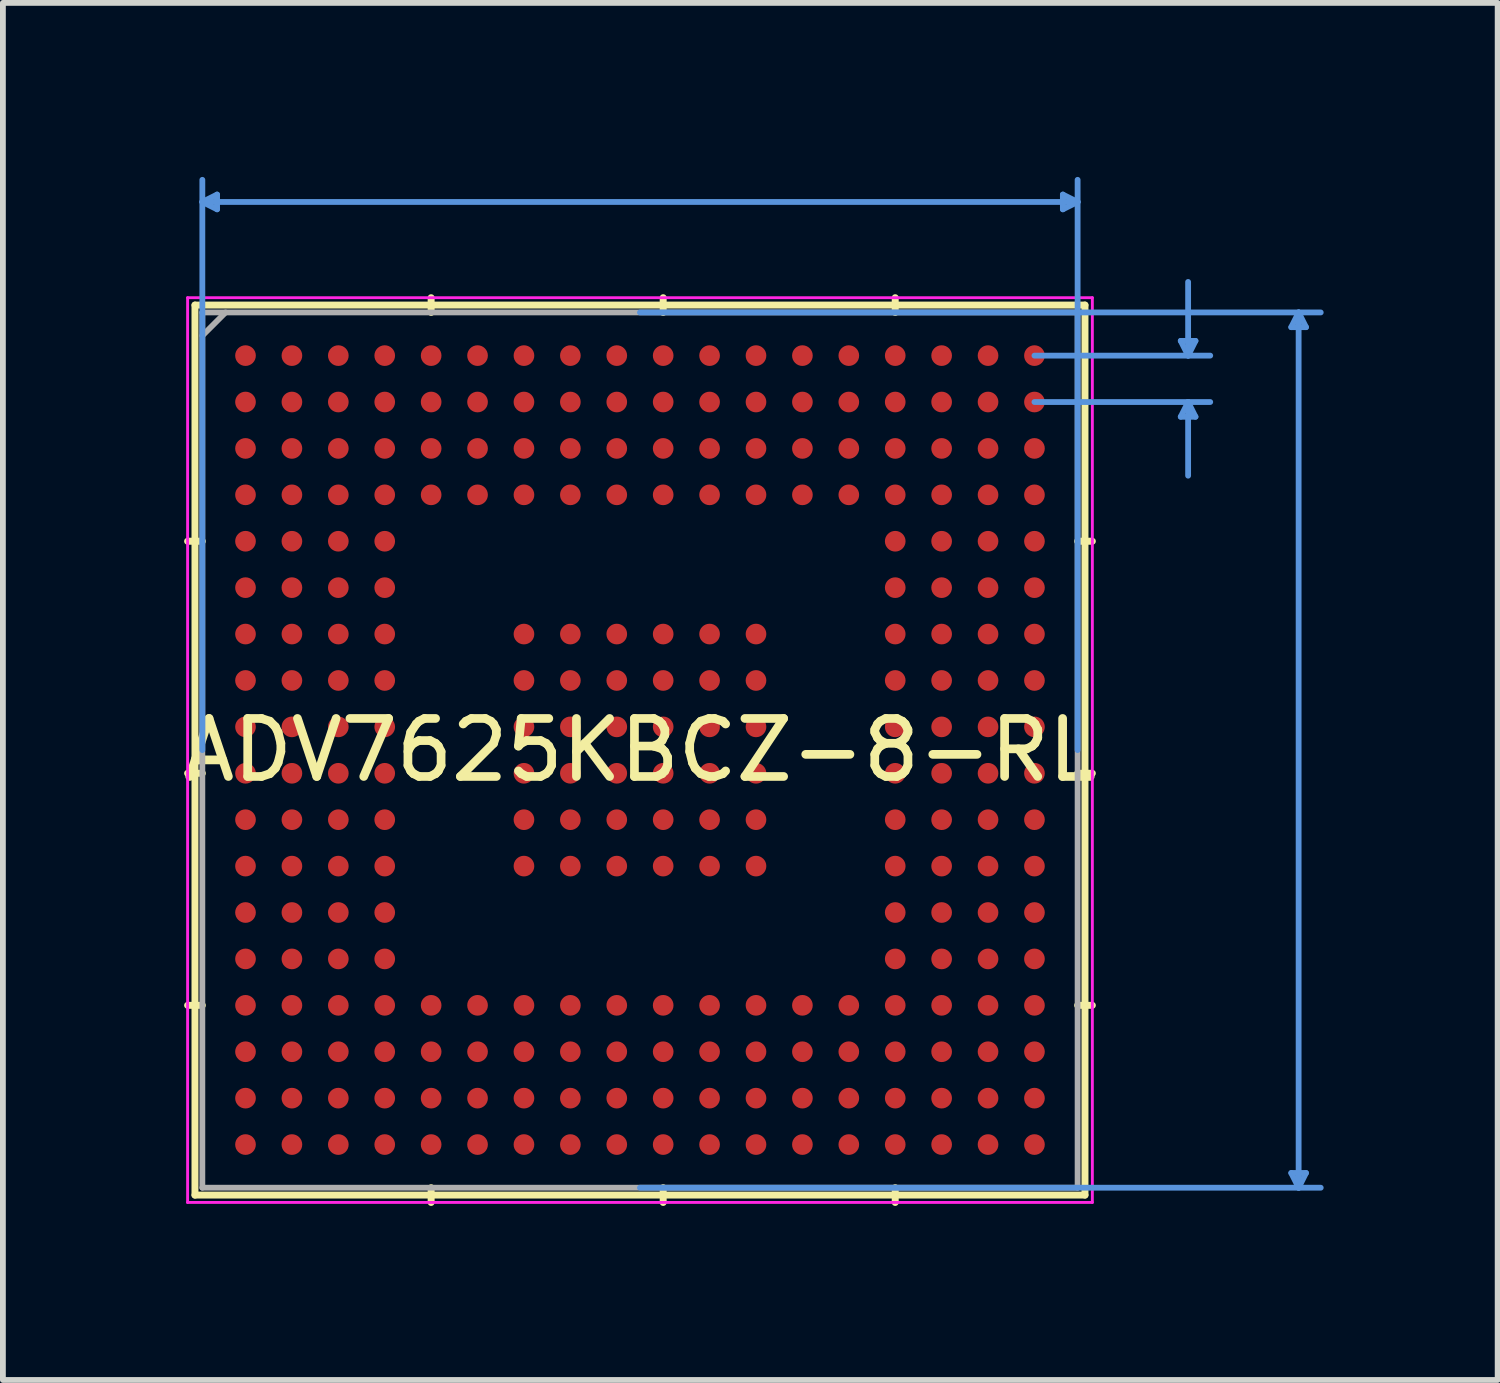
<source format=kicad_pcb>
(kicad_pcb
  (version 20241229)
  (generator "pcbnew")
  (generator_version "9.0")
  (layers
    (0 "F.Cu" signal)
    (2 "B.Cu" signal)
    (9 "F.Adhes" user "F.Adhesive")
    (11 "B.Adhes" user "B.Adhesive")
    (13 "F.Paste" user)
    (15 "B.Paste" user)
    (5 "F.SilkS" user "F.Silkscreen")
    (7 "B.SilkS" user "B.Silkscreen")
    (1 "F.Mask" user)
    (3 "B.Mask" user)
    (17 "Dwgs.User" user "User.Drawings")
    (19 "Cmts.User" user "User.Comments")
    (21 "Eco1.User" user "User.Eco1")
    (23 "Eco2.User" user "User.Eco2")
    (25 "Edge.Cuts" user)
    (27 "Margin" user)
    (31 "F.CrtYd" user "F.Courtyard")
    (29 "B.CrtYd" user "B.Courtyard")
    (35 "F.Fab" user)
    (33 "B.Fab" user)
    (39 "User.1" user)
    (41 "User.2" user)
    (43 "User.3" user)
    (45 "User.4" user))
  (footprint "ADV7625KBCZ-8-RL"
    (layer "F.Cu")
    (at 7.982 9.88)
    (property "Reference" "ADV7625KBCZ-8-RL" (at 0 0 0) (layer "F.SilkS") (effects (font (size 1 1) (thickness 0.15))))
    (attr through_hole)
    (fp_line (start -7.671 -7.671) (end -7.671 7.671) (stroke (width 0.12) (type solid)) (layer "F.SilkS"))
    (fp_line (start -7.671 7.671) (end 7.671 7.671) (stroke (width 0.12) (type solid)) (layer "F.SilkS"))
    (fp_line (start -7.544 -3.6) (end -7.798 -3.6) (stroke (width 0.12) (type solid)) (layer "F.SilkS"))
    (fp_line (start -7.544 0.4) (end -7.798 0.4) (stroke (width 0.12) (type solid)) (layer "F.SilkS"))
    (fp_line (start -7.544 4.4) (end -7.798 4.4) (stroke (width 0.12) (type solid)) (layer "F.SilkS"))
    (fp_line (start -3.6 -7.544) (end -3.6 -7.798) (stroke (width 0.12) (type solid)) (layer "F.SilkS"))
    (fp_line (start -3.6 7.544) (end -3.6 7.798) (stroke (width 0.12) (type solid)) (layer "F.SilkS"))
    (fp_line (start 0.4 -7.544) (end 0.4 -7.798) (stroke (width 0.12) (type solid)) (layer "F.SilkS"))
    (fp_line (start 0.4 7.544) (end 0.4 7.798) (stroke (width 0.12) (type solid)) (layer "F.SilkS"))
    (fp_line (start 4.4 -7.544) (end 4.4 -7.798) (stroke (width 0.12) (type solid)) (layer "F.SilkS"))
    (fp_line (start 4.4 7.544) (end 4.4 7.798) (stroke (width 0.12) (type solid)) (layer "F.SilkS"))
    (fp_line (start 7.544 -3.6) (end 7.798 -3.6) (stroke (width 0.12) (type solid)) (layer "F.SilkS"))
    (fp_line (start 7.544 0.4) (end 7.798 0.4) (stroke (width 0.12) (type solid)) (layer "F.SilkS"))
    (fp_line (start 7.544 4.4) (end 7.798 4.4) (stroke (width 0.12) (type solid)) (layer "F.SilkS"))
    (fp_line (start 7.671 -7.671) (end -7.671 -7.671) (stroke (width 0.12) (type solid)) (layer "F.SilkS"))
    (fp_line (start 7.671 7.671) (end 7.671 -7.671) (stroke (width 0.12) (type solid)) (layer "F.SilkS"))
    (fp_line (start -7.544 -9.449) (end -7.29 -9.576) (stroke (width 0.1) (type solid)) (layer "Cmts.User"))
    (fp_line (start -7.544 -9.449) (end -7.29 -9.322) (stroke (width 0.1) (type solid)) (layer "Cmts.User"))
    (fp_line (start -7.544 -9.449) (end 7.544 -9.449) (stroke (width 0.1) (type solid)) (layer "Cmts.User"))
    (fp_line (start -7.544 0) (end -7.544 -9.83) (stroke (width 0.1) (type solid)) (layer "Cmts.User"))
    (fp_line (start -7.29 -9.576) (end -7.29 -9.322) (stroke (width 0.1) (type solid)) (layer "Cmts.User"))
    (fp_line (start 0 -7.544) (end 11.735 -7.544) (stroke (width 0.1) (type solid)) (layer "Cmts.User"))
    (fp_line (start 0 7.544) (end 11.735 7.544) (stroke (width 0.1) (type solid)) (layer "Cmts.User"))
    (fp_line (start 6.8 -6.8) (end 9.83 -6.8) (stroke (width 0.1) (type solid)) (layer "Cmts.User"))
    (fp_line (start 6.8 -6) (end 9.83 -6) (stroke (width 0.1) (type solid)) (layer "Cmts.User"))
    (fp_line (start 7.29 -9.576) (end 7.29 -9.322) (stroke (width 0.1) (type solid)) (layer "Cmts.User"))
    (fp_line (start 7.544 -9.449) (end 7.29 -9.576) (stroke (width 0.1) (type solid)) (layer "Cmts.User"))
    (fp_line (start 7.544 -9.449) (end 7.29 -9.322) (stroke (width 0.1) (type solid)) (layer "Cmts.User"))
    (fp_line (start 7.544 0) (end 7.544 -9.83) (stroke (width 0.1) (type solid)) (layer "Cmts.User"))
    (fp_line (start 9.322 -7.054) (end 9.576 -7.054) (stroke (width 0.1) (type solid)) (layer "Cmts.User"))
    (fp_line (start 9.322 -5.746) (end 9.576 -5.746) (stroke (width 0.1) (type solid)) (layer "Cmts.User"))
    (fp_line (start 9.449 -6.8) (end 9.322 -7.054) (stroke (width 0.1) (type solid)) (layer "Cmts.User"))
    (fp_line (start 9.449 -6.8) (end 9.449 -8.07) (stroke (width 0.1) (type solid)) (layer "Cmts.User"))
    (fp_line (start 9.449 -6.8) (end 9.576 -7.054) (stroke (width 0.1) (type solid)) (layer "Cmts.User"))
    (fp_line (start 9.449 -6) (end 9.322 -5.746) (stroke (width 0.1) (type solid)) (layer "Cmts.User"))
    (fp_line (start 9.449 -6) (end 9.449 -4.73) (stroke (width 0.1) (type solid)) (layer "Cmts.User"))
    (fp_line (start 9.449 -6) (end 9.576 -5.746) (stroke (width 0.1) (type solid)) (layer "Cmts.User"))
    (fp_line (start 11.227 -7.29) (end 11.481 -7.29) (stroke (width 0.1) (type solid)) (layer "Cmts.User"))
    (fp_line (start 11.227 7.29) (end 11.481 7.29) (stroke (width 0.1) (type solid)) (layer "Cmts.User"))
    (fp_line (start 11.354 -7.544) (end 11.227 -7.29) (stroke (width 0.1) (type solid)) (layer "Cmts.User"))
    (fp_line (start 11.354 -7.544) (end 11.354 7.544) (stroke (width 0.1) (type solid)) (layer "Cmts.User"))
    (fp_line (start 11.354 -7.544) (end 11.481 -7.29) (stroke (width 0.1) (type solid)) (layer "Cmts.User"))
    (fp_line (start 11.354 7.544) (end 11.227 7.29) (stroke (width 0.1) (type solid)) (layer "Cmts.User"))
    (fp_line (start 11.354 7.544) (end 11.481 7.29) (stroke (width 0.1) (type solid)) (layer "Cmts.User"))
    (fp_line (start -7.798 -7.798) (end 7.798 -7.798) (stroke (width 0.05) (type solid)) (layer "F.CrtYd"))
    (fp_line (start -7.798 7.798) (end -7.798 -7.798) (stroke (width 0.05) (type solid)) (layer "F.CrtYd"))
    (fp_line (start 7.798 -7.798) (end 7.798 7.798) (stroke (width 0.05) (type solid)) (layer "F.CrtYd"))
    (fp_line (start 7.798 7.798) (end -7.798 7.798) (stroke (width 0.05) (type solid)) (layer "F.CrtYd"))
    (fp_line (start -7.544 -7.544) (end -7.544 7.544) (stroke (width 0.1) (type solid)) (layer "F.Fab"))
    (fp_line (start -7.544 7.544) (end 7.544 7.544) (stroke (width 0.1) (type solid)) (layer "F.Fab"))
    (fp_line (start -7.144 -7.544) (end -7.544 -7.144) (stroke (width 0.1) (type solid)) (layer "F.Fab"))
    (fp_line (start 7.544 -7.544) (end -7.544 -7.544) (stroke (width 0.1) (type solid)) (layer "F.Fab"))
    (fp_line (start 7.544 7.544) (end 7.544 -7.544) (stroke (width 0.1) (type solid)) (layer "F.Fab"))
    (pad "A1" smd circle (at -6.8 -6.8) (size 0.356 0.356) (layers "F.Cu" "F.Mask" "F.Paste"))
    (pad "A2" smd circle (at -6 -6.8) (size 0.356 0.356) (layers "F.Cu" "F.Mask" "F.Paste"))
    (pad "A3" smd circle (at -5.2 -6.8) (size 0.356 0.356) (layers "F.Cu" "F.Mask" "F.Paste"))
    (pad "A4" smd circle (at -4.4 -6.8) (size 0.356 0.356) (layers "F.Cu" "F.Mask" "F.Paste"))
    (pad "A5" smd circle (at -3.6 -6.8) (size 0.356 0.356) (layers "F.Cu" "F.Mask" "F.Paste"))
    (pad "A6" smd circle (at -2.8 -6.8) (size 0.356 0.356) (layers "F.Cu" "F.Mask" "F.Paste"))
    (pad "A7" smd circle (at -2 -6.8) (size 0.356 0.356) (layers "F.Cu" "F.Mask" "F.Paste"))
    (pad "A8" smd circle (at -1.2 -6.8) (size 0.356 0.356) (layers "F.Cu" "F.Mask" "F.Paste"))
    (pad "A9" smd circle (at -0.4 -6.8) (size 0.356 0.356) (layers "F.Cu" "F.Mask" "F.Paste"))
    (pad "A10" smd circle (at 0.4 -6.8) (size 0.356 0.356) (layers "F.Cu" "F.Mask" "F.Paste"))
    (pad "A11" smd circle (at 1.2 -6.8) (size 0.356 0.356) (layers "F.Cu" "F.Mask" "F.Paste"))
    (pad "A12" smd circle (at 2 -6.8) (size 0.356 0.356) (layers "F.Cu" "F.Mask" "F.Paste"))
    (pad "A13" smd circle (at 2.8 -6.8) (size 0.356 0.356) (layers "F.Cu" "F.Mask" "F.Paste"))
    (pad "A14" smd circle (at 3.6 -6.8) (size 0.356 0.356) (layers "F.Cu" "F.Mask" "F.Paste"))
    (pad "A15" smd circle (at 4.4 -6.8) (size 0.356 0.356) (layers "F.Cu" "F.Mask" "F.Paste"))
    (pad "A16" smd circle (at 5.2 -6.8) (size 0.356 0.356) (layers "F.Cu" "F.Mask" "F.Paste"))
    (pad "A17" smd circle (at 6 -6.8) (size 0.356 0.356) (layers "F.Cu" "F.Mask" "F.Paste"))
    (pad "A18" smd circle (at 6.8 -6.8) (size 0.356 0.356) (layers "F.Cu" "F.Mask" "F.Paste"))
    (pad "B1" smd circle (at -6.8 -6) (size 0.356 0.356) (layers "F.Cu" "F.Mask" "F.Paste"))
    (pad "B2" smd circle (at -6 -6) (size 0.356 0.356) (layers "F.Cu" "F.Mask" "F.Paste"))
    (pad "B3" smd circle (at -5.2 -6) (size 0.356 0.356) (layers "F.Cu" "F.Mask" "F.Paste"))
    (pad "B4" smd circle (at -4.4 -6) (size 0.356 0.356) (layers "F.Cu" "F.Mask" "F.Paste"))
    (pad "B5" smd circle (at -3.6 -6) (size 0.356 0.356) (layers "F.Cu" "F.Mask" "F.Paste"))
    (pad "B6" smd circle (at -2.8 -6) (size 0.356 0.356) (layers "F.Cu" "F.Mask" "F.Paste"))
    (pad "B7" smd circle (at -2 -6) (size 0.356 0.356) (layers "F.Cu" "F.Mask" "F.Paste"))
    (pad "B8" smd circle (at -1.2 -6) (size 0.356 0.356) (layers "F.Cu" "F.Mask" "F.Paste"))
    (pad "B9" smd circle (at -0.4 -6) (size 0.356 0.356) (layers "F.Cu" "F.Mask" "F.Paste"))
    (pad "B10" smd circle (at 0.4 -6) (size 0.356 0.356) (layers "F.Cu" "F.Mask" "F.Paste"))
    (pad "B11" smd circle (at 1.2 -6) (size 0.356 0.356) (layers "F.Cu" "F.Mask" "F.Paste"))
    (pad "B12" smd circle (at 2 -6) (size 0.356 0.356) (layers "F.Cu" "F.Mask" "F.Paste"))
    (pad "B13" smd circle (at 2.8 -6) (size 0.356 0.356) (layers "F.Cu" "F.Mask" "F.Paste"))
    (pad "B14" smd circle (at 3.6 -6) (size 0.356 0.356) (layers "F.Cu" "F.Mask" "F.Paste"))
    (pad "B15" smd circle (at 4.4 -6) (size 0.356 0.356) (layers "F.Cu" "F.Mask" "F.Paste"))
    (pad "B16" smd circle (at 5.2 -6) (size 0.356 0.356) (layers "F.Cu" "F.Mask" "F.Paste"))
    (pad "B17" smd circle (at 6 -6) (size 0.356 0.356) (layers "F.Cu" "F.Mask" "F.Paste"))
    (pad "B18" smd circle (at 6.8 -6) (size 0.356 0.356) (layers "F.Cu" "F.Mask" "F.Paste"))
    (pad "C1" smd circle (at -6.8 -5.2) (size 0.356 0.356) (layers "F.Cu" "F.Mask" "F.Paste"))
    (pad "C2" smd circle (at -6 -5.2) (size 0.356 0.356) (layers "F.Cu" "F.Mask" "F.Paste"))
    (pad "C3" smd circle (at -5.2 -5.2) (size 0.356 0.356) (layers "F.Cu" "F.Mask" "F.Paste"))
    (pad "C4" smd circle (at -4.4 -5.2) (size 0.356 0.356) (layers "F.Cu" "F.Mask" "F.Paste"))
    (pad "C5" smd circle (at -3.6 -5.2) (size 0.356 0.356) (layers "F.Cu" "F.Mask" "F.Paste"))
    (pad "C6" smd circle (at -2.8 -5.2) (size 0.356 0.356) (layers "F.Cu" "F.Mask" "F.Paste"))
    (pad "C7" smd circle (at -2 -5.2) (size 0.356 0.356) (layers "F.Cu" "F.Mask" "F.Paste"))
    (pad "C8" smd circle (at -1.2 -5.2) (size 0.356 0.356) (layers "F.Cu" "F.Mask" "F.Paste"))
    (pad "C9" smd circle (at -0.4 -5.2) (size 0.356 0.356) (layers "F.Cu" "F.Mask" "F.Paste"))
    (pad "C10" smd circle (at 0.4 -5.2) (size 0.356 0.356) (layers "F.Cu" "F.Mask" "F.Paste"))
    (pad "C11" smd circle (at 1.2 -5.2) (size 0.356 0.356) (layers "F.Cu" "F.Mask" "F.Paste"))
    (pad "C12" smd circle (at 2 -5.2) (size 0.356 0.356) (layers "F.Cu" "F.Mask" "F.Paste"))
    (pad "C13" smd circle (at 2.8 -5.2) (size 0.356 0.356) (layers "F.Cu" "F.Mask" "F.Paste"))
    (pad "C14" smd circle (at 3.6 -5.2) (size 0.356 0.356) (layers "F.Cu" "F.Mask" "F.Paste"))
    (pad "C15" smd circle (at 4.4 -5.2) (size 0.356 0.356) (layers "F.Cu" "F.Mask" "F.Paste"))
    (pad "C16" smd circle (at 5.2 -5.2) (size 0.356 0.356) (layers "F.Cu" "F.Mask" "F.Paste"))
    (pad "C17" smd circle (at 6 -5.2) (size 0.356 0.356) (layers "F.Cu" "F.Mask" "F.Paste"))
    (pad "C18" smd circle (at 6.8 -5.2) (size 0.356 0.356) (layers "F.Cu" "F.Mask" "F.Paste"))
    (pad "D1" smd circle (at -6.8 -4.4) (size 0.356 0.356) (layers "F.Cu" "F.Mask" "F.Paste"))
    (pad "D2" smd circle (at -6 -4.4) (size 0.356 0.356) (layers "F.Cu" "F.Mask" "F.Paste"))
    (pad "D3" smd circle (at -5.2 -4.4) (size 0.356 0.356) (layers "F.Cu" "F.Mask" "F.Paste"))
    (pad "D4" smd circle (at -4.4 -4.4) (size 0.356 0.356) (layers "F.Cu" "F.Mask" "F.Paste"))
    (pad "D5" smd circle (at -3.6 -4.4) (size 0.356 0.356) (layers "F.Cu" "F.Mask" "F.Paste"))
    (pad "D6" smd circle (at -2.8 -4.4) (size 0.356 0.356) (layers "F.Cu" "F.Mask" "F.Paste"))
    (pad "D7" smd circle (at -2 -4.4) (size 0.356 0.356) (layers "F.Cu" "F.Mask" "F.Paste"))
    (pad "D8" smd circle (at -1.2 -4.4) (size 0.356 0.356) (layers "F.Cu" "F.Mask" "F.Paste"))
    (pad "D9" smd circle (at -0.4 -4.4) (size 0.356 0.356) (layers "F.Cu" "F.Mask" "F.Paste"))
    (pad "D10" smd circle (at 0.4 -4.4) (size 0.356 0.356) (layers "F.Cu" "F.Mask" "F.Paste"))
    (pad "D11" smd circle (at 1.2 -4.4) (size 0.356 0.356) (layers "F.Cu" "F.Mask" "F.Paste"))
    (pad "D12" smd circle (at 2 -4.4) (size 0.356 0.356) (layers "F.Cu" "F.Mask" "F.Paste"))
    (pad "D13" smd circle (at 2.8 -4.4) (size 0.356 0.356) (layers "F.Cu" "F.Mask" "F.Paste"))
    (pad "D14" smd circle (at 3.6 -4.4) (size 0.356 0.356) (layers "F.Cu" "F.Mask" "F.Paste"))
    (pad "D15" smd circle (at 4.4 -4.4) (size 0.356 0.356) (layers "F.Cu" "F.Mask" "F.Paste"))
    (pad "D16" smd circle (at 5.2 -4.4) (size 0.356 0.356) (layers "F.Cu" "F.Mask" "F.Paste"))
    (pad "D17" smd circle (at 6 -4.4) (size 0.356 0.356) (layers "F.Cu" "F.Mask" "F.Paste"))
    (pad "D18" smd circle (at 6.8 -4.4) (size 0.356 0.356) (layers "F.Cu" "F.Mask" "F.Paste"))
    (pad "E1" smd circle (at -6.8 -3.6) (size 0.356 0.356) (layers "F.Cu" "F.Mask" "F.Paste"))
    (pad "E2" smd circle (at -6 -3.6) (size 0.356 0.356) (layers "F.Cu" "F.Mask" "F.Paste"))
    (pad "E3" smd circle (at -5.2 -3.6) (size 0.356 0.356) (layers "F.Cu" "F.Mask" "F.Paste"))
    (pad "E4" smd circle (at -4.4 -3.6) (size 0.356 0.356) (layers "F.Cu" "F.Mask" "F.Paste"))
    (pad "E15" smd circle (at 4.4 -3.6) (size 0.356 0.356) (layers "F.Cu" "F.Mask" "F.Paste"))
    (pad "E16" smd circle (at 5.2 -3.6) (size 0.356 0.356) (layers "F.Cu" "F.Mask" "F.Paste"))
    (pad "E17" smd circle (at 6 -3.6) (size 0.356 0.356) (layers "F.Cu" "F.Mask" "F.Paste"))
    (pad "E18" smd circle (at 6.8 -3.6) (size 0.356 0.356) (layers "F.Cu" "F.Mask" "F.Paste"))
    (pad "F1" smd circle (at -6.8 -2.8) (size 0.356 0.356) (layers "F.Cu" "F.Mask" "F.Paste"))
    (pad "F2" smd circle (at -6 -2.8) (size 0.356 0.356) (layers "F.Cu" "F.Mask" "F.Paste"))
    (pad "F3" smd circle (at -5.2 -2.8) (size 0.356 0.356) (layers "F.Cu" "F.Mask" "F.Paste"))
    (pad "F4" smd circle (at -4.4 -2.8) (size 0.356 0.356) (layers "F.Cu" "F.Mask" "F.Paste"))
    (pad "F15" smd circle (at 4.4 -2.8) (size 0.356 0.356) (layers "F.Cu" "F.Mask" "F.Paste"))
    (pad "F16" smd circle (at 5.2 -2.8) (size 0.356 0.356) (layers "F.Cu" "F.Mask" "F.Paste"))
    (pad "F17" smd circle (at 6 -2.8) (size 0.356 0.356) (layers "F.Cu" "F.Mask" "F.Paste"))
    (pad "F18" smd circle (at 6.8 -2.8) (size 0.356 0.356) (layers "F.Cu" "F.Mask" "F.Paste"))
    (pad "G1" smd circle (at -6.8 -2) (size 0.356 0.356) (layers "F.Cu" "F.Mask" "F.Paste"))
    (pad "G2" smd circle (at -6 -2) (size 0.356 0.356) (layers "F.Cu" "F.Mask" "F.Paste"))
    (pad "G3" smd circle (at -5.2 -2) (size 0.356 0.356) (layers "F.Cu" "F.Mask" "F.Paste"))
    (pad "G4" smd circle (at -4.4 -2) (size 0.356 0.356) (layers "F.Cu" "F.Mask" "F.Paste"))
    (pad "G7" smd circle (at -2 -2) (size 0.356 0.356) (layers "F.Cu" "F.Mask" "F.Paste"))
    (pad "G8" smd circle (at -1.2 -2) (size 0.356 0.356) (layers "F.Cu" "F.Mask" "F.Paste"))
    (pad "G9" smd circle (at -0.4 -2) (size 0.356 0.356) (layers "F.Cu" "F.Mask" "F.Paste"))
    (pad "G10" smd circle (at 0.4 -2) (size 0.356 0.356) (layers "F.Cu" "F.Mask" "F.Paste"))
    (pad "G11" smd circle (at 1.2 -2) (size 0.356 0.356) (layers "F.Cu" "F.Mask" "F.Paste"))
    (pad "G12" smd circle (at 2 -2) (size 0.356 0.356) (layers "F.Cu" "F.Mask" "F.Paste"))
    (pad "G15" smd circle (at 4.4 -2) (size 0.356 0.356) (layers "F.Cu" "F.Mask" "F.Paste"))
    (pad "G16" smd circle (at 5.2 -2) (size 0.356 0.356) (layers "F.Cu" "F.Mask" "F.Paste"))
    (pad "G17" smd circle (at 6 -2) (size 0.356 0.356) (layers "F.Cu" "F.Mask" "F.Paste"))
    (pad "G18" smd circle (at 6.8 -2) (size 0.356 0.356) (layers "F.Cu" "F.Mask" "F.Paste"))
    (pad "H1" smd circle (at -6.8 -1.2) (size 0.356 0.356) (layers "F.Cu" "F.Mask" "F.Paste"))
    (pad "H2" smd circle (at -6 -1.2) (size 0.356 0.356) (layers "F.Cu" "F.Mask" "F.Paste"))
    (pad "H3" smd circle (at -5.2 -1.2) (size 0.356 0.356) (layers "F.Cu" "F.Mask" "F.Paste"))
    (pad "H4" smd circle (at -4.4 -1.2) (size 0.356 0.356) (layers "F.Cu" "F.Mask" "F.Paste"))
    (pad "H7" smd circle (at -2 -1.2) (size 0.356 0.356) (layers "F.Cu" "F.Mask" "F.Paste"))
    (pad "H8" smd circle (at -1.2 -1.2) (size 0.356 0.356) (layers "F.Cu" "F.Mask" "F.Paste"))
    (pad "H9" smd circle (at -0.4 -1.2) (size 0.356 0.356) (layers "F.Cu" "F.Mask" "F.Paste"))
    (pad "H10" smd circle (at 0.4 -1.2) (size 0.356 0.356) (layers "F.Cu" "F.Mask" "F.Paste"))
    (pad "H11" smd circle (at 1.2 -1.2) (size 0.356 0.356) (layers "F.Cu" "F.Mask" "F.Paste"))
    (pad "H12" smd circle (at 2 -1.2) (size 0.356 0.356) (layers "F.Cu" "F.Mask" "F.Paste"))
    (pad "H15" smd circle (at 4.4 -1.2) (size 0.356 0.356) (layers "F.Cu" "F.Mask" "F.Paste"))
    (pad "H16" smd circle (at 5.2 -1.2) (size 0.356 0.356) (layers "F.Cu" "F.Mask" "F.Paste"))
    (pad "H17" smd circle (at 6 -1.2) (size 0.356 0.356) (layers "F.Cu" "F.Mask" "F.Paste"))
    (pad "H18" smd circle (at 6.8 -1.2) (size 0.356 0.356) (layers "F.Cu" "F.Mask" "F.Paste"))
    (pad "J1" smd circle (at -6.8 -0.4) (size 0.356 0.356) (layers "F.Cu" "F.Mask" "F.Paste"))
    (pad "J2" smd circle (at -6 -0.4) (size 0.356 0.356) (layers "F.Cu" "F.Mask" "F.Paste"))
    (pad "J3" smd circle (at -5.2 -0.4) (size 0.356 0.356) (layers "F.Cu" "F.Mask" "F.Paste"))
    (pad "J4" smd circle (at -4.4 -0.4) (size 0.356 0.356) (layers "F.Cu" "F.Mask" "F.Paste"))
    (pad "J7" smd circle (at -2 -0.4) (size 0.356 0.356) (layers "F.Cu" "F.Mask" "F.Paste"))
    (pad "J8" smd circle (at -1.2 -0.4) (size 0.356 0.356) (layers "F.Cu" "F.Mask" "F.Paste"))
    (pad "J9" smd circle (at -0.4 -0.4) (size 0.356 0.356) (layers "F.Cu" "F.Mask" "F.Paste"))
    (pad "J10" smd circle (at 0.4 -0.4) (size 0.356 0.356) (layers "F.Cu" "F.Mask" "F.Paste"))
    (pad "J11" smd circle (at 1.2 -0.4) (size 0.356 0.356) (layers "F.Cu" "F.Mask" "F.Paste"))
    (pad "J12" smd circle (at 2 -0.4) (size 0.356 0.356) (layers "F.Cu" "F.Mask" "F.Paste"))
    (pad "J15" smd circle (at 4.4 -0.4) (size 0.356 0.356) (layers "F.Cu" "F.Mask" "F.Paste"))
    (pad "J16" smd circle (at 5.2 -0.4) (size 0.356 0.356) (layers "F.Cu" "F.Mask" "F.Paste"))
    (pad "J17" smd circle (at 6 -0.4) (size 0.356 0.356) (layers "F.Cu" "F.Mask" "F.Paste"))
    (pad "J18" smd circle (at 6.8 -0.4) (size 0.356 0.356) (layers "F.Cu" "F.Mask" "F.Paste"))
    (pad "K1" smd circle (at -6.8 0.4) (size 0.356 0.356) (layers "F.Cu" "F.Mask" "F.Paste"))
    (pad "K2" smd circle (at -6 0.4) (size 0.356 0.356) (layers "F.Cu" "F.Mask" "F.Paste"))
    (pad "K3" smd circle (at -5.2 0.4) (size 0.356 0.356) (layers "F.Cu" "F.Mask" "F.Paste"))
    (pad "K4" smd circle (at -4.4 0.4) (size 0.356 0.356) (layers "F.Cu" "F.Mask" "F.Paste"))
    (pad "K7" smd circle (at -2 0.4) (size 0.356 0.356) (layers "F.Cu" "F.Mask" "F.Paste"))
    (pad "K8" smd circle (at -1.2 0.4) (size 0.356 0.356) (layers "F.Cu" "F.Mask" "F.Paste"))
    (pad "K9" smd circle (at -0.4 0.4) (size 0.356 0.356) (layers "F.Cu" "F.Mask" "F.Paste"))
    (pad "K10" smd circle (at 0.4 0.4) (size 0.356 0.356) (layers "F.Cu" "F.Mask" "F.Paste"))
    (pad "K11" smd circle (at 1.2 0.4) (size 0.356 0.356) (layers "F.Cu" "F.Mask" "F.Paste"))
    (pad "K12" smd circle (at 2 0.4) (size 0.356 0.356) (layers "F.Cu" "F.Mask" "F.Paste"))
    (pad "K15" smd circle (at 4.4 0.4) (size 0.356 0.356) (layers "F.Cu" "F.Mask" "F.Paste"))
    (pad "K16" smd circle (at 5.2 0.4) (size 0.356 0.356) (layers "F.Cu" "F.Mask" "F.Paste"))
    (pad "K17" smd circle (at 6 0.4) (size 0.356 0.356) (layers "F.Cu" "F.Mask" "F.Paste"))
    (pad "K18" smd circle (at 6.8 0.4) (size 0.356 0.356) (layers "F.Cu" "F.Mask" "F.Paste"))
    (pad "L1" smd circle (at -6.8 1.2) (size 0.356 0.356) (layers "F.Cu" "F.Mask" "F.Paste"))
    (pad "L2" smd circle (at -6 1.2) (size 0.356 0.356) (layers "F.Cu" "F.Mask" "F.Paste"))
    (pad "L3" smd circle (at -5.2 1.2) (size 0.356 0.356) (layers "F.Cu" "F.Mask" "F.Paste"))
    (pad "L4" smd circle (at -4.4 1.2) (size 0.356 0.356) (layers "F.Cu" "F.Mask" "F.Paste"))
    (pad "L7" smd circle (at -2 1.2) (size 0.356 0.356) (layers "F.Cu" "F.Mask" "F.Paste"))
    (pad "L8" smd circle (at -1.2 1.2) (size 0.356 0.356) (layers "F.Cu" "F.Mask" "F.Paste"))
    (pad "L9" smd circle (at -0.4 1.2) (size 0.356 0.356) (layers "F.Cu" "F.Mask" "F.Paste"))
    (pad "L10" smd circle (at 0.4 1.2) (size 0.356 0.356) (layers "F.Cu" "F.Mask" "F.Paste"))
    (pad "L11" smd circle (at 1.2 1.2) (size 0.356 0.356) (layers "F.Cu" "F.Mask" "F.Paste"))
    (pad "L12" smd circle (at 2 1.2) (size 0.356 0.356) (layers "F.Cu" "F.Mask" "F.Paste"))
    (pad "L15" smd circle (at 4.4 1.2) (size 0.356 0.356) (layers "F.Cu" "F.Mask" "F.Paste"))
    (pad "L16" smd circle (at 5.2 1.2) (size 0.356 0.356) (layers "F.Cu" "F.Mask" "F.Paste"))
    (pad "L17" smd circle (at 6 1.2) (size 0.356 0.356) (layers "F.Cu" "F.Mask" "F.Paste"))
    (pad "L18" smd circle (at 6.8 1.2) (size 0.356 0.356) (layers "F.Cu" "F.Mask" "F.Paste"))
    (pad "M1" smd circle (at -6.8 2) (size 0.356 0.356) (layers "F.Cu" "F.Mask" "F.Paste"))
    (pad "M2" smd circle (at -6 2) (size 0.356 0.356) (layers "F.Cu" "F.Mask" "F.Paste"))
    (pad "M3" smd circle (at -5.2 2) (size 0.356 0.356) (layers "F.Cu" "F.Mask" "F.Paste"))
    (pad "M4" smd circle (at -4.4 2) (size 0.356 0.356) (layers "F.Cu" "F.Mask" "F.Paste"))
    (pad "M7" smd circle (at -2 2) (size 0.356 0.356) (layers "F.Cu" "F.Mask" "F.Paste"))
    (pad "M8" smd circle (at -1.2 2) (size 0.356 0.356) (layers "F.Cu" "F.Mask" "F.Paste"))
    (pad "M9" smd circle (at -0.4 2) (size 0.356 0.356) (layers "F.Cu" "F.Mask" "F.Paste"))
    (pad "M10" smd circle (at 0.4 2) (size 0.356 0.356) (layers "F.Cu" "F.Mask" "F.Paste"))
    (pad "M11" smd circle (at 1.2 2) (size 0.356 0.356) (layers "F.Cu" "F.Mask" "F.Paste"))
    (pad "M12" smd circle (at 2 2) (size 0.356 0.356) (layers "F.Cu" "F.Mask" "F.Paste"))
    (pad "M15" smd circle (at 4.4 2) (size 0.356 0.356) (layers "F.Cu" "F.Mask" "F.Paste"))
    (pad "M16" smd circle (at 5.2 2) (size 0.356 0.356) (layers "F.Cu" "F.Mask" "F.Paste"))
    (pad "M17" smd circle (at 6 2) (size 0.356 0.356) (layers "F.Cu" "F.Mask" "F.Paste"))
    (pad "M18" smd circle (at 6.8 2) (size 0.356 0.356) (layers "F.Cu" "F.Mask" "F.Paste"))
    (pad "N1" smd circle (at -6.8 2.8) (size 0.356 0.356) (layers "F.Cu" "F.Mask" "F.Paste"))
    (pad "N2" smd circle (at -6 2.8) (size 0.356 0.356) (layers "F.Cu" "F.Mask" "F.Paste"))
    (pad "N3" smd circle (at -5.2 2.8) (size 0.356 0.356) (layers "F.Cu" "F.Mask" "F.Paste"))
    (pad "N4" smd circle (at -4.4 2.8) (size 0.356 0.356) (layers "F.Cu" "F.Mask" "F.Paste"))
    (pad "N15" smd circle (at 4.4 2.8) (size 0.356 0.356) (layers "F.Cu" "F.Mask" "F.Paste"))
    (pad "N16" smd circle (at 5.2 2.8) (size 0.356 0.356) (layers "F.Cu" "F.Mask" "F.Paste"))
    (pad "N17" smd circle (at 6 2.8) (size 0.356 0.356) (layers "F.Cu" "F.Mask" "F.Paste"))
    (pad "N18" smd circle (at 6.8 2.8) (size 0.356 0.356) (layers "F.Cu" "F.Mask" "F.Paste"))
    (pad "P1" smd circle (at -6.8 3.6) (size 0.356 0.356) (layers "F.Cu" "F.Mask" "F.Paste"))
    (pad "P2" smd circle (at -6 3.6) (size 0.356 0.356) (layers "F.Cu" "F.Mask" "F.Paste"))
    (pad "P3" smd circle (at -5.2 3.6) (size 0.356 0.356) (layers "F.Cu" "F.Mask" "F.Paste"))
    (pad "P4" smd circle (at -4.4 3.6) (size 0.356 0.356) (layers "F.Cu" "F.Mask" "F.Paste"))
    (pad "P15" smd circle (at 4.4 3.6) (size 0.356 0.356) (layers "F.Cu" "F.Mask" "F.Paste"))
    (pad "P16" smd circle (at 5.2 3.6) (size 0.356 0.356) (layers "F.Cu" "F.Mask" "F.Paste"))
    (pad "P17" smd circle (at 6 3.6) (size 0.356 0.356) (layers "F.Cu" "F.Mask" "F.Paste"))
    (pad "P18" smd circle (at 6.8 3.6) (size 0.356 0.356) (layers "F.Cu" "F.Mask" "F.Paste"))
    (pad "R1" smd circle (at -6.8 4.4) (size 0.356 0.356) (layers "F.Cu" "F.Mask" "F.Paste"))
    (pad "R2" smd circle (at -6 4.4) (size 0.356 0.356) (layers "F.Cu" "F.Mask" "F.Paste"))
    (pad "R3" smd circle (at -5.2 4.4) (size 0.356 0.356) (layers "F.Cu" "F.Mask" "F.Paste"))
    (pad "R4" smd circle (at -4.4 4.4) (size 0.356 0.356) (layers "F.Cu" "F.Mask" "F.Paste"))
    (pad "R5" smd circle (at -3.6 4.4) (size 0.356 0.356) (layers "F.Cu" "F.Mask" "F.Paste"))
    (pad "R6" smd circle (at -2.8 4.4) (size 0.356 0.356) (layers "F.Cu" "F.Mask" "F.Paste"))
    (pad "R7" smd circle (at -2 4.4) (size 0.356 0.356) (layers "F.Cu" "F.Mask" "F.Paste"))
    (pad "R8" smd circle (at -1.2 4.4) (size 0.356 0.356) (layers "F.Cu" "F.Mask" "F.Paste"))
    (pad "R9" smd circle (at -0.4 4.4) (size 0.356 0.356) (layers "F.Cu" "F.Mask" "F.Paste"))
    (pad "R10" smd circle (at 0.4 4.4) (size 0.356 0.356) (layers "F.Cu" "F.Mask" "F.Paste"))
    (pad "R11" smd circle (at 1.2 4.4) (size 0.356 0.356) (layers "F.Cu" "F.Mask" "F.Paste"))
    (pad "R12" smd circle (at 2 4.4) (size 0.356 0.356) (layers "F.Cu" "F.Mask" "F.Paste"))
    (pad "R13" smd circle (at 2.8 4.4) (size 0.356 0.356) (layers "F.Cu" "F.Mask" "F.Paste"))
    (pad "R14" smd circle (at 3.6 4.4) (size 0.356 0.356) (layers "F.Cu" "F.Mask" "F.Paste"))
    (pad "R15" smd circle (at 4.4 4.4) (size 0.356 0.356) (layers "F.Cu" "F.Mask" "F.Paste"))
    (pad "R16" smd circle (at 5.2 4.4) (size 0.356 0.356) (layers "F.Cu" "F.Mask" "F.Paste"))
    (pad "R17" smd circle (at 6 4.4) (size 0.356 0.356) (layers "F.Cu" "F.Mask" "F.Paste"))
    (pad "R18" smd circle (at 6.8 4.4) (size 0.356 0.356) (layers "F.Cu" "F.Mask" "F.Paste"))
    (pad "T1" smd circle (at -6.8 5.2) (size 0.356 0.356) (layers "F.Cu" "F.Mask" "F.Paste"))
    (pad "T2" smd circle (at -6 5.2) (size 0.356 0.356) (layers "F.Cu" "F.Mask" "F.Paste"))
    (pad "T3" smd circle (at -5.2 5.2) (size 0.356 0.356) (layers "F.Cu" "F.Mask" "F.Paste"))
    (pad "T4" smd circle (at -4.4 5.2) (size 0.356 0.356) (layers "F.Cu" "F.Mask" "F.Paste"))
    (pad "T5" smd circle (at -3.6 5.2) (size 0.356 0.356) (layers "F.Cu" "F.Mask" "F.Paste"))
    (pad "T6" smd circle (at -2.8 5.2) (size 0.356 0.356) (layers "F.Cu" "F.Mask" "F.Paste"))
    (pad "T7" smd circle (at -2 5.2) (size 0.356 0.356) (layers "F.Cu" "F.Mask" "F.Paste"))
    (pad "T8" smd circle (at -1.2 5.2) (size 0.356 0.356) (layers "F.Cu" "F.Mask" "F.Paste"))
    (pad "T9" smd circle (at -0.4 5.2) (size 0.356 0.356) (layers "F.Cu" "F.Mask" "F.Paste"))
    (pad "T10" smd circle (at 0.4 5.2) (size 0.356 0.356) (layers "F.Cu" "F.Mask" "F.Paste"))
    (pad "T11" smd circle (at 1.2 5.2) (size 0.356 0.356) (layers "F.Cu" "F.Mask" "F.Paste"))
    (pad "T12" smd circle (at 2 5.2) (size 0.356 0.356) (layers "F.Cu" "F.Mask" "F.Paste"))
    (pad "T13" smd circle (at 2.8 5.2) (size 0.356 0.356) (layers "F.Cu" "F.Mask" "F.Paste"))
    (pad "T14" smd circle (at 3.6 5.2) (size 0.356 0.356) (layers "F.Cu" "F.Mask" "F.Paste"))
    (pad "T15" smd circle (at 4.4 5.2) (size 0.356 0.356) (layers "F.Cu" "F.Mask" "F.Paste"))
    (pad "T16" smd circle (at 5.2 5.2) (size 0.356 0.356) (layers "F.Cu" "F.Mask" "F.Paste"))
    (pad "T17" smd circle (at 6 5.2) (size 0.356 0.356) (layers "F.Cu" "F.Mask" "F.Paste"))
    (pad "T18" smd circle (at 6.8 5.2) (size 0.356 0.356) (layers "F.Cu" "F.Mask" "F.Paste"))
    (pad "U1" smd circle (at -6.8 6) (size 0.356 0.356) (layers "F.Cu" "F.Mask" "F.Paste"))
    (pad "U2" smd circle (at -6 6) (size 0.356 0.356) (layers "F.Cu" "F.Mask" "F.Paste"))
    (pad "U3" smd circle (at -5.2 6) (size 0.356 0.356) (layers "F.Cu" "F.Mask" "F.Paste"))
    (pad "U4" smd circle (at -4.4 6) (size 0.356 0.356) (layers "F.Cu" "F.Mask" "F.Paste"))
    (pad "U5" smd circle (at -3.6 6) (size 0.356 0.356) (layers "F.Cu" "F.Mask" "F.Paste"))
    (pad "U6" smd circle (at -2.8 6) (size 0.356 0.356) (layers "F.Cu" "F.Mask" "F.Paste"))
    (pad "U7" smd circle (at -2 6) (size 0.356 0.356) (layers "F.Cu" "F.Mask" "F.Paste"))
    (pad "U8" smd circle (at -1.2 6) (size 0.356 0.356) (layers "F.Cu" "F.Mask" "F.Paste"))
    (pad "U9" smd circle (at -0.4 6) (size 0.356 0.356) (layers "F.Cu" "F.Mask" "F.Paste"))
    (pad "U10" smd circle (at 0.4 6) (size 0.356 0.356) (layers "F.Cu" "F.Mask" "F.Paste"))
    (pad "U11" smd circle (at 1.2 6) (size 0.356 0.356) (layers "F.Cu" "F.Mask" "F.Paste"))
    (pad "U12" smd circle (at 2 6) (size 0.356 0.356) (layers "F.Cu" "F.Mask" "F.Paste"))
    (pad "U13" smd circle (at 2.8 6) (size 0.356 0.356) (layers "F.Cu" "F.Mask" "F.Paste"))
    (pad "U14" smd circle (at 3.6 6) (size 0.356 0.356) (layers "F.Cu" "F.Mask" "F.Paste"))
    (pad "U15" smd circle (at 4.4 6) (size 0.356 0.356) (layers "F.Cu" "F.Mask" "F.Paste"))
    (pad "U16" smd circle (at 5.2 6) (size 0.356 0.356) (layers "F.Cu" "F.Mask" "F.Paste"))
    (pad "U17" smd circle (at 6 6) (size 0.356 0.356) (layers "F.Cu" "F.Mask" "F.Paste"))
    (pad "U18" smd circle (at 6.8 6) (size 0.356 0.356) (layers "F.Cu" "F.Mask" "F.Paste"))
    (pad "V1" smd circle (at -6.8 6.8) (size 0.356 0.356) (layers "F.Cu" "F.Mask" "F.Paste"))
    (pad "V2" smd circle (at -6 6.8) (size 0.356 0.356) (layers "F.Cu" "F.Mask" "F.Paste"))
    (pad "V3" smd circle (at -5.2 6.8) (size 0.356 0.356) (layers "F.Cu" "F.Mask" "F.Paste"))
    (pad "V4" smd circle (at -4.4 6.8) (size 0.356 0.356) (layers "F.Cu" "F.Mask" "F.Paste"))
    (pad "V5" smd circle (at -3.6 6.8) (size 0.356 0.356) (layers "F.Cu" "F.Mask" "F.Paste"))
    (pad "V6" smd circle (at -2.8 6.8) (size 0.356 0.356) (layers "F.Cu" "F.Mask" "F.Paste"))
    (pad "V7" smd circle (at -2 6.8) (size 0.356 0.356) (layers "F.Cu" "F.Mask" "F.Paste"))
    (pad "V8" smd circle (at -1.2 6.8) (size 0.356 0.356) (layers "F.Cu" "F.Mask" "F.Paste"))
    (pad "V9" smd circle (at -0.4 6.8) (size 0.356 0.356) (layers "F.Cu" "F.Mask" "F.Paste"))
    (pad "V10" smd circle (at 0.4 6.8) (size 0.356 0.356) (layers "F.Cu" "F.Mask" "F.Paste"))
    (pad "V11" smd circle (at 1.2 6.8) (size 0.356 0.356) (layers "F.Cu" "F.Mask" "F.Paste"))
    (pad "V12" smd circle (at 2 6.8) (size 0.356 0.356) (layers "F.Cu" "F.Mask" "F.Paste"))
    (pad "V13" smd circle (at 2.8 6.8) (size 0.356 0.356) (layers "F.Cu" "F.Mask" "F.Paste"))
    (pad "V14" smd circle (at 3.6 6.8) (size 0.356 0.356) (layers "F.Cu" "F.Mask" "F.Paste"))
    (pad "V15" smd circle (at 4.4 6.8) (size 0.356 0.356) (layers "F.Cu" "F.Mask" "F.Paste"))
    (pad "V16" smd circle (at 5.2 6.8) (size 0.356 0.356) (layers "F.Cu" "F.Mask" "F.Paste"))
    (pad "V17" smd circle (at 6 6.8) (size 0.356 0.356) (layers "F.Cu" "F.Mask" "F.Paste"))
    (pad "V18" smd circle (at 6.8 6.8) (size 0.356 0.356) (layers "F.Cu" "F.Mask" "F.Paste")))
  (gr_rect
    (start -3 -3)
    (end 22.767 20.738)
    (stroke (width 0.1) (type default))
    (fill no)
    (layer "Edge.Cuts")))
</source>
